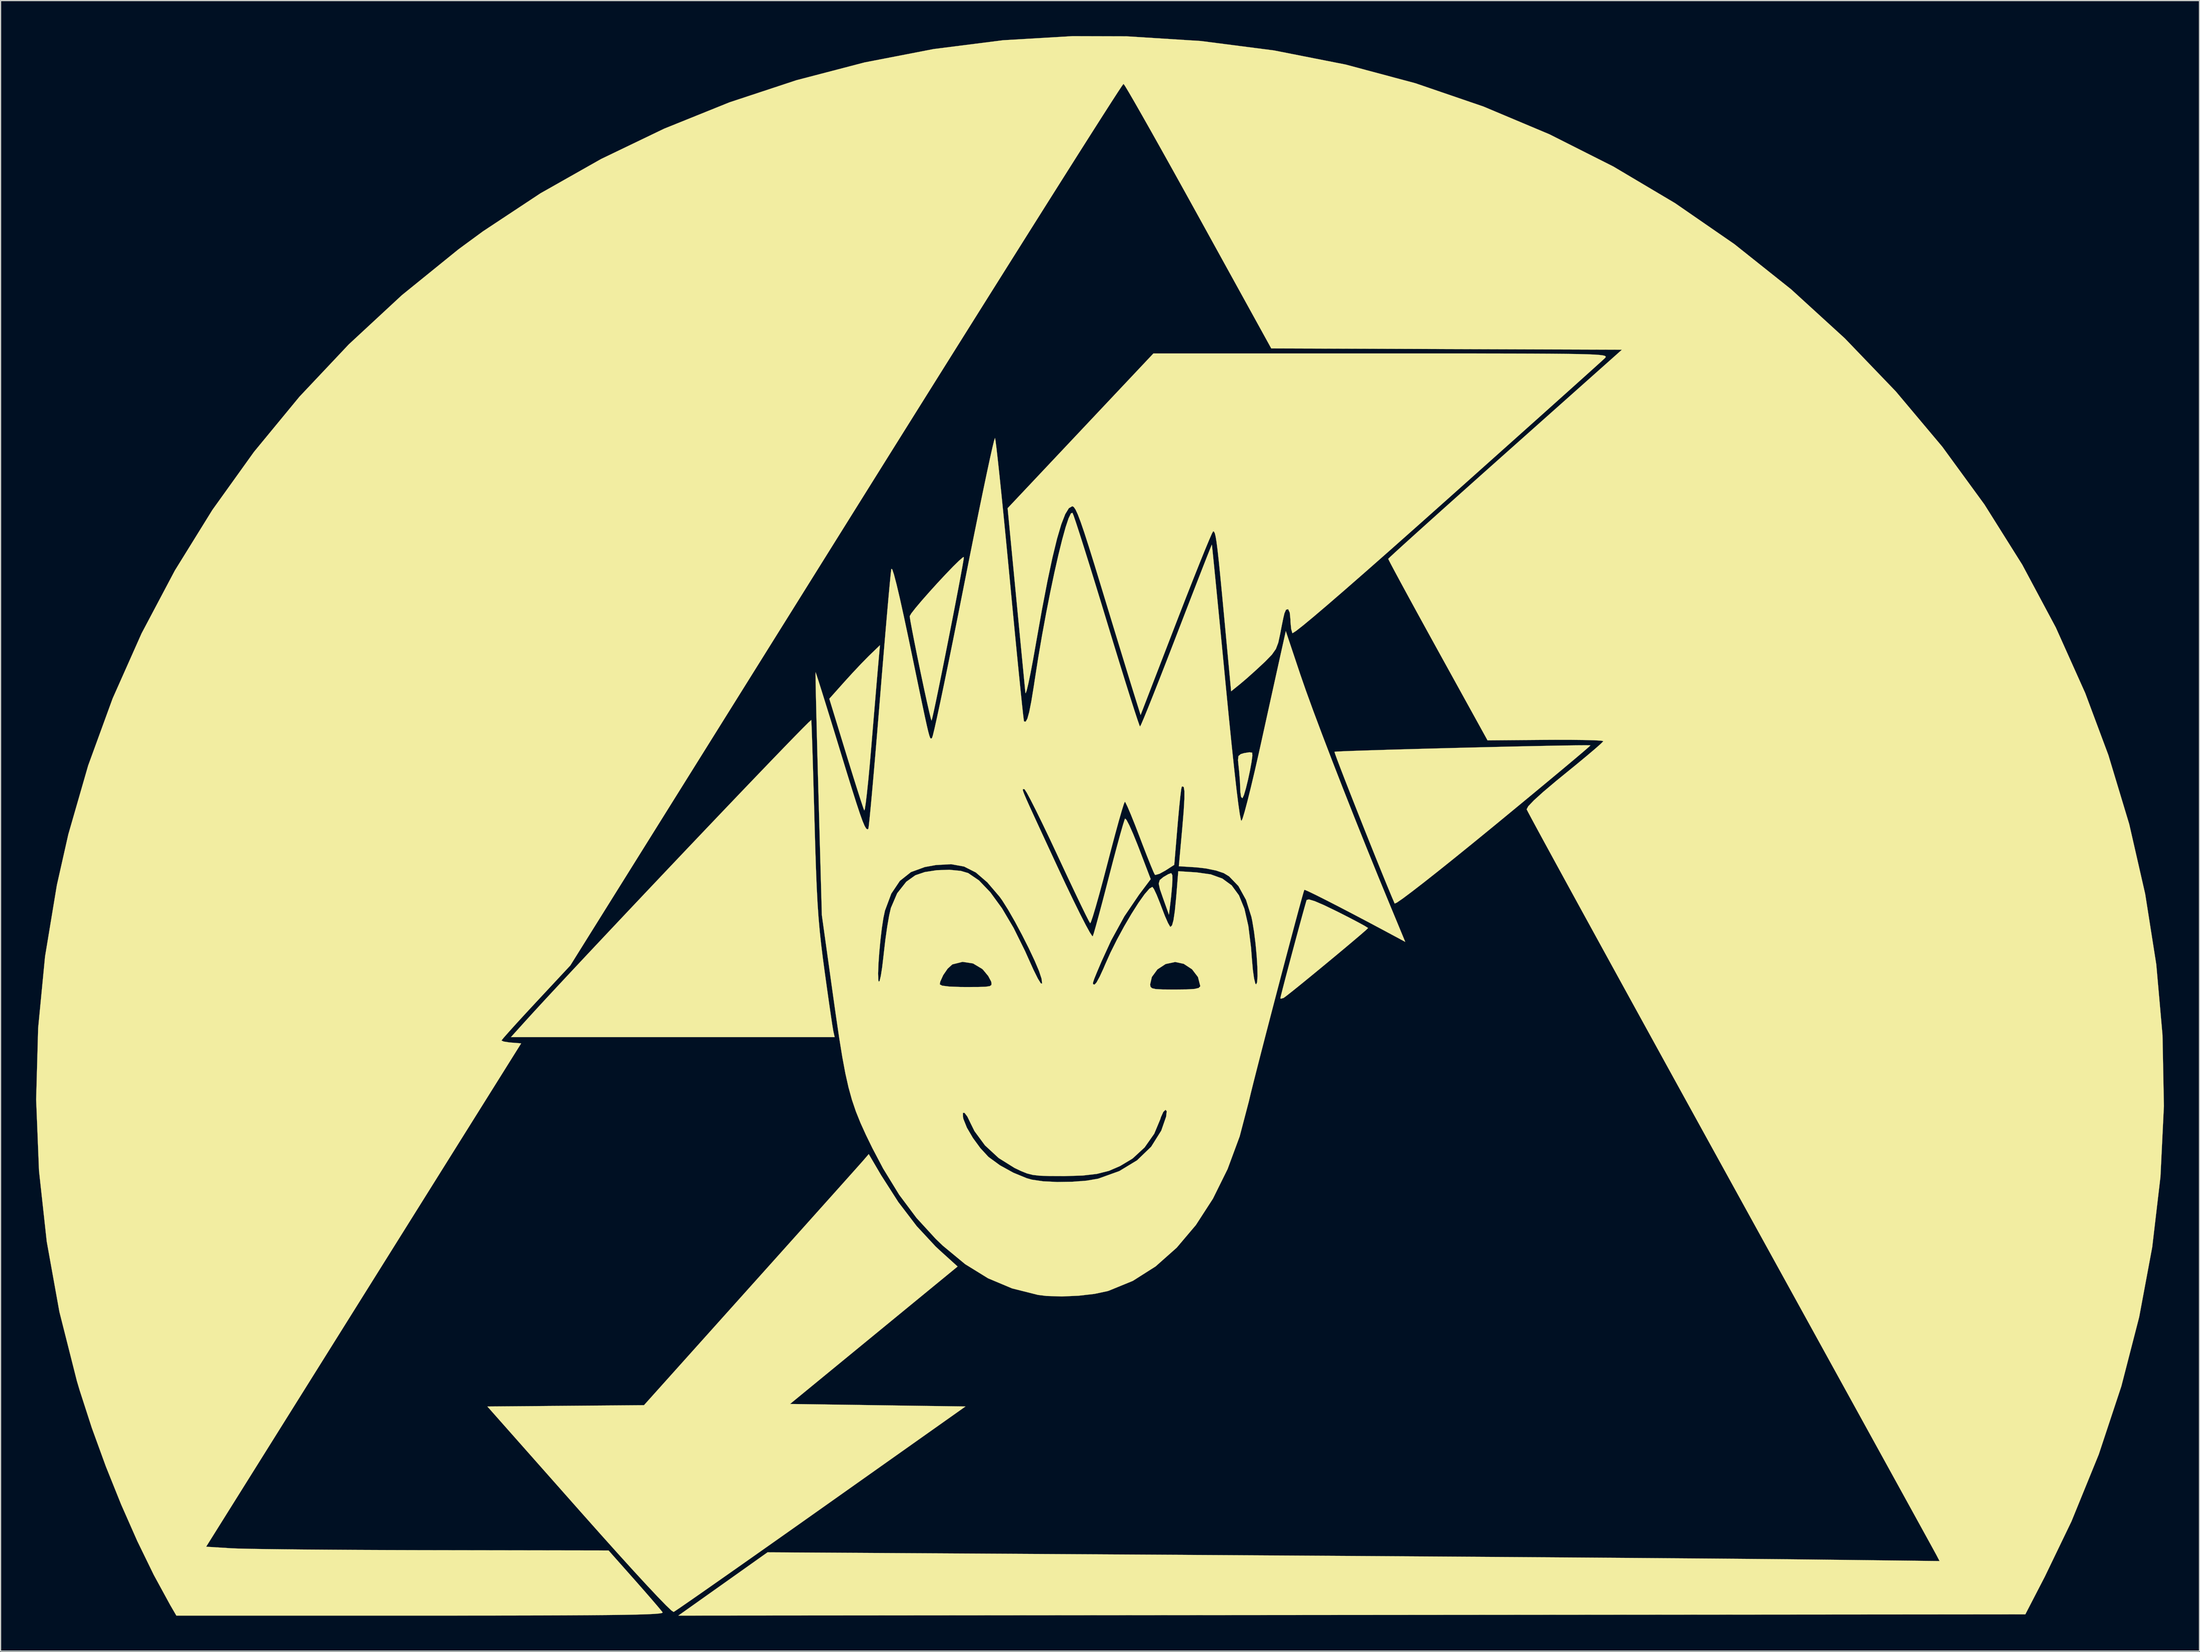
<source format=kicad_pcb>
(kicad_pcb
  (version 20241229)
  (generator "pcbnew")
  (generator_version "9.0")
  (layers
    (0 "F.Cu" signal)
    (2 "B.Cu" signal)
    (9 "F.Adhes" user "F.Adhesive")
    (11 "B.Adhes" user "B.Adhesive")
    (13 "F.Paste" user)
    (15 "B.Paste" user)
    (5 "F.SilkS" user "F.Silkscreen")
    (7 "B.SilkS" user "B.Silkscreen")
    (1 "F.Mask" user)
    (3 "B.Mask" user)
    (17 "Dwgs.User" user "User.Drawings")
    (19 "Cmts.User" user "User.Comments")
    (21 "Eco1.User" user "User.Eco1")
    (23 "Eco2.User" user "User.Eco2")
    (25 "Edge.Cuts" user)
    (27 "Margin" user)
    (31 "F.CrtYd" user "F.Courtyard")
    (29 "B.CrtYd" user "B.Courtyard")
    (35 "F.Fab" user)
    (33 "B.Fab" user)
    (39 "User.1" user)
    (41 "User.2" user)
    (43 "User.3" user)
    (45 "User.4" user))
  (footprint "logo"
    (layer "F.Cu")
    (at 89.919 88.844)
    (property "Reference" "logo" (at 0 0 0) (layer "F.SilkS") (effects (font (size 1.524 1.524) (thickness 0.3))))
    (attr through_hole)
    (fp_poly (pts (xy 6.113 -17.91) (xy 6.117 -17.523) (xy 6.078 -16.895) (xy 6.003 -16.092) (xy 5.959 -15.702) (xy 5.821 -14.577) (xy 5.317 -15.99) (xy 5.057 -16.743) (xy 4.958 -17.21) (xy 5.046 -17.511) (xy 5.349 -17.761) (xy 5.768 -18.006) (xy 6.018 -18.095) (xy 6.113 -17.91)) (stroke (width 0.01) (type solid)) (fill yes) (layer "F.SilkS"))
    (fp_poly (pts (xy 12.859 -28.275) (xy 12.873 -28.025) (xy 12.802 -27.482) (xy 12.67 -26.762) (xy 12.503 -25.981) (xy 12.325 -25.255) (xy 12.161 -24.7) (xy 12.037 -24.431) (xy 12.03 -24.426) (xy 11.918 -24.539) (xy 11.856 -24.955) (xy 11.851 -25.123) (xy 11.823 -25.837) (xy 11.755 -26.687) (xy 11.72 -27.011) (xy 11.657 -27.649) (xy 11.697 -27.989) (xy 11.886 -28.153) (xy 12.17 -28.238) (xy 12.626 -28.31) (xy 12.859 -28.275)) (stroke (width 0.01) (type solid)) (fill yes) (layer "F.SilkS"))
    (fp_poly (pts (xy -18.744 -35.772) (xy -18.801 -35.118) (xy -18.886 -34.12) (xy -18.992 -32.858) (xy -19.114 -31.411) (xy -19.244 -29.856) (xy -19.341 -28.681) (xy -19.468 -27.22) (xy -19.59 -25.921) (xy -19.704 -24.836) (xy -19.802 -24.018) (xy -19.878 -23.519) (xy -19.927 -23.389) (xy -20.024 -23.645) (xy -20.224 -24.246) (xy -20.508 -25.131) (xy -20.858 -26.24) (xy -21.253 -27.513) (xy -21.469 -28.217) (xy -22.882 -32.833) (xy -21.619 -34.249) (xy -20.917 -35.02) (xy -20.195 -35.787) (xy -19.585 -36.409) (xy -19.479 -36.513) (xy -18.602 -37.359) (xy -18.744 -35.772)) (stroke (width 0.01) (type solid)) (fill yes) (layer "F.SilkS"))
    (fp_poly (pts (xy 18.145 -15.725) (xy 18.955 -15.376) (xy 20.103 -14.819) (xy 21.037 -14.345) (xy 21.816 -13.936) (xy 22.372 -13.631) (xy 22.636 -13.466) (xy 22.648 -13.451) (xy 22.494 -13.298) (xy 22.068 -12.926) (xy 21.428 -12.382) (xy 20.633 -11.713) (xy 19.738 -10.968) (xy 18.802 -10.193) (xy 17.883 -9.437) (xy 17.037 -8.746) (xy 16.322 -8.169) (xy 15.795 -7.753) (xy 15.514 -7.545) (xy 15.505 -7.539) (xy 15.271 -7.478) (xy 15.24 -7.527) (xy 15.292 -7.762) (xy 15.436 -8.33) (xy 15.65 -9.154) (xy 15.915 -10.158) (xy 16.21 -11.267) (xy 16.515 -12.403) (xy 16.809 -13.491) (xy 17.072 -14.455) (xy 17.284 -15.219) (xy 17.423 -15.706) (xy 17.461 -15.826) (xy 17.654 -15.873) (xy 18.145 -15.725)) (stroke (width 0.01) (type solid)) (fill yes) (layer "F.SilkS"))
    (fp_poly (pts (xy -11.534 -44.599) (xy -11.631 -44.029) (xy -11.789 -43.162) (xy -11.997 -42.058) (xy -12.243 -40.776) (xy -12.515 -39.376) (xy -12.802 -37.915) (xy -13.092 -36.454) (xy -13.373 -35.051) (xy -13.634 -33.766) (xy -13.863 -32.657) (xy -14.049 -31.785) (xy -14.179 -31.208) (xy -14.241 -30.985) (xy -14.241 -30.985) (xy -14.301 -31.162) (xy -14.432 -31.695) (xy -14.621 -32.522) (xy -14.854 -33.584) (xy -15.116 -34.822) (xy -15.196 -35.203) (xy -15.465 -36.51) (xy -15.701 -37.688) (xy -15.891 -38.669) (xy -16.024 -39.387) (xy -16.084 -39.775) (xy -16.087 -39.811) (xy -15.954 -40.045) (xy -15.594 -40.507) (xy -15.065 -41.133) (xy -14.425 -41.86) (xy -13.733 -42.624) (xy -13.045 -43.361) (xy -12.422 -44.008) (xy -11.919 -44.502) (xy -11.597 -44.779) (xy -11.511 -44.813) (xy -11.534 -44.599)) (stroke (width 0.01) (type solid)) (fill yes) (layer "F.SilkS"))
    (fp_poly (pts (xy -18.508 7.431) (xy -17.047 9.712) (xy -15.492 11.748) (xy -13.903 13.459) (xy -13.525 13.812) (xy -12.038 15.156) (xy -26.201 26.776) (xy -18.788 26.882) (xy -11.376 26.988) (xy -23.572 35.619) (xy -25.598 37.052) (xy -27.527 38.413) (xy -29.33 39.683) (xy -30.978 40.842) (xy -32.444 41.87) (xy -33.699 42.748) (xy -34.714 43.454) (xy -35.462 43.97) (xy -35.914 44.276) (xy -36.041 44.355) (xy -36.237 44.221) (xy -36.692 43.787) (xy -37.388 43.071) (xy -38.306 42.093) (xy -39.429 40.873) (xy -40.739 39.429) (xy -42.217 37.782) (xy -43.846 35.951) (xy -44.047 35.724) (xy -51.78 26.988) (xy -45.161 26.932) (xy -38.543 26.876) (xy -29.505 16.799) (xy -27.919 15.031) (xy -26.408 13.345) (xy -24.996 11.769) (xy -23.71 10.332) (xy -22.573 9.063) (xy -21.612 7.988) (xy -20.852 7.138) (xy -20.318 6.539) (xy -20.035 6.22) (xy -20.008 6.188) (xy -19.549 5.655) (xy -18.508 7.431)) (stroke (width 0.01) (type solid)) (fill yes) (layer "F.SilkS"))
    (fp_poly (pts (xy -24.389 -30.776) (xy -24.364 -30.142) (xy -24.331 -29.18) (xy -24.291 -27.936) (xy -24.246 -26.459) (xy -24.198 -24.795) (xy -24.147 -22.991) (xy -24.137 -22.607) (xy -24.073 -20.378) (xy -24.011 -18.505) (xy -23.947 -16.916) (xy -23.875 -15.545) (xy -23.791 -14.322) (xy -23.69 -13.179) (xy -23.568 -12.046) (xy -23.421 -10.855) (xy -23.279 -9.801) (xy -23.088 -8.424) (xy -22.91 -7.167) (xy -22.755 -6.098) (xy -22.633 -5.285) (xy -22.553 -4.797) (xy -22.537 -4.71) (xy -22.429 -4.233) (xy -49.789 -4.233) (xy -48.548 -5.607) (xy -47.807 -6.42) (xy -46.864 -7.443) (xy -45.744 -8.648) (xy -44.473 -10.009) (xy -43.076 -11.5) (xy -41.578 -13.092) (xy -40.006 -14.76) (xy -38.385 -16.476) (xy -36.741 -18.213) (xy -35.099 -19.945) (xy -33.484 -21.644) (xy -31.922 -23.284) (xy -30.44 -24.837) (xy -29.061 -26.277) (xy -27.813 -27.577) (xy -26.72 -28.71) (xy -25.808 -29.649) (xy -25.103 -30.366) (xy -24.63 -30.836) (xy -24.414 -31.031) (xy -24.404 -31.034) (xy -24.389 -30.776)) (stroke (width 0.01) (type solid)) (fill yes) (layer "F.SilkS"))
    (fp_poly (pts (xy 41.405 -28.897) (xy 41.444 -28.892) (xy 41.298 -28.751) (xy 40.855 -28.367) (xy 40.146 -27.767) (xy 39.201 -26.974) (xy 38.05 -26.016) (xy 36.725 -24.916) (xy 35.256 -23.702) (xy 33.674 -22.398) (xy 33.258 -22.056) (xy 31.54 -20.651) (xy 29.962 -19.373) (xy 28.55 -18.242) (xy 27.33 -17.279) (xy 26.328 -16.505) (xy 25.572 -15.94) (xy 25.087 -15.606) (xy 24.899 -15.522) (xy 24.899 -15.523) (xy 24.634 -16.14) (xy 24.267 -17.024) (xy 23.82 -18.119) (xy 23.315 -19.367) (xy 22.774 -20.715) (xy 22.22 -22.105) (xy 21.675 -23.482) (xy 21.16 -24.79) (xy 20.697 -25.973) (xy 20.31 -26.976) (xy 20.02 -27.743) (xy 19.849 -28.217) (xy 19.813 -28.349) (xy 20.033 -28.37) (xy 20.628 -28.398) (xy 21.549 -28.433) (xy 22.746 -28.473) (xy 24.173 -28.517) (xy 25.779 -28.563) (xy 27.517 -28.611) (xy 29.337 -28.659) (xy 31.191 -28.706) (xy 33.03 -28.75) (xy 34.806 -28.792) (xy 36.47 -28.828) (xy 37.973 -28.858) (xy 39.267 -28.882) (xy 40.303 -28.897) (xy 41.032 -28.902) (xy 41.405 -28.897)) (stroke (width 0.01) (type solid)) (fill yes) (layer "F.SilkS"))
    (fp_poly (pts (xy 27.076 -62.018) (xy 29.969 -62.017) (xy 32.489 -62.016) (xy 34.66 -62.012) (xy 36.508 -62.006) (xy 38.058 -61.997) (xy 39.335 -61.985) (xy 40.364 -61.969) (xy 41.17 -61.949) (xy 41.779 -61.923) (xy 42.214 -61.892) (xy 42.502 -61.855) (xy 42.666 -61.811) (xy 42.734 -61.76) (xy 42.728 -61.701) (xy 42.675 -61.634) (xy 42.645 -61.604) (xy 42.425 -61.401) (xy 41.914 -60.939) (xy 41.136 -60.238) (xy 40.115 -59.321) (xy 38.876 -58.21) (xy 37.443 -56.926) (xy 35.84 -55.492) (xy 34.092 -53.929) (xy 32.224 -52.26) (xy 30.26 -50.505) (xy 29.317 -49.663) (xy 26.775 -47.398) (xy 24.492 -45.373) (xy 22.473 -43.594) (xy 20.725 -42.066) (xy 19.255 -40.794) (xy 18.069 -39.784) (xy 17.174 -39.042) (xy 16.576 -38.573) (xy 16.28 -38.383) (xy 16.25 -38.383) (xy 16.151 -38.737) (xy 16.095 -39.323) (xy 16.09 -39.529) (xy 16.032 -40.115) (xy 15.894 -40.407) (xy 15.718 -40.361) (xy 15.584 -40.058) (xy 15.49 -39.664) (xy 15.354 -39.004) (xy 15.222 -38.312) (xy 15.063 -37.573) (xy 14.86 -37.04) (xy 14.526 -36.564) (xy 13.978 -36) (xy 13.781 -35.812) (xy 13.081 -35.164) (xy 12.384 -34.541) (xy 11.839 -34.078) (xy 11.835 -34.076) (xy 11.077 -33.463) (xy 10.5 -39.645) (xy 10.315 -41.612) (xy 10.162 -43.198) (xy 10.037 -44.442) (xy 9.933 -45.385) (xy 9.846 -46.068) (xy 9.771 -46.529) (xy 9.703 -46.81) (xy 9.636 -46.95) (xy 9.565 -46.99) (xy 9.561 -46.99) (xy 9.456 -46.799) (xy 9.218 -46.255) (xy 8.862 -45.4) (xy 8.407 -44.276) (xy 7.869 -42.926) (xy 7.265 -41.392) (xy 6.613 -39.715) (xy 6.423 -39.224) (xy 3.427 -31.458) (xy 2.802 -33.456) (xy 2.586 -34.153) (xy 2.268 -35.188) (xy 1.867 -36.495) (xy 1.405 -38.006) (xy 0.901 -39.656) (xy 0.377 -41.376) (xy 0.102 -42.28) (xy -0.477 -44.175) (xy -0.952 -45.698) (xy -1.336 -46.888) (xy -1.642 -47.781) (xy -1.882 -48.413) (xy -2.07 -48.82) (xy -2.22 -49.039) (xy -2.343 -49.107) (xy -2.347 -49.107) (xy -2.635 -48.941) (xy -2.943 -48.436) (xy -3.275 -47.581) (xy -3.634 -46.364) (xy -4.022 -44.772) (xy -4.443 -42.796) (xy -4.9 -40.422) (xy -5.396 -37.64) (xy -5.44 -37.386) (xy -5.671 -36.083) (xy -5.881 -34.974) (xy -6.061 -34.107) (xy -6.2 -33.532) (xy -6.286 -33.298) (xy -6.309 -33.337) (xy -6.344 -33.692) (xy -6.414 -34.415) (xy -6.514 -35.454) (xy -6.64 -36.756) (xy -6.786 -38.268) (xy -6.946 -39.937) (xy -7.092 -41.456) (xy -7.812 -48.94) (xy -1.652 -55.479) (xy 4.508 -62.018) (xy 23.785 -62.018) (xy 27.076 -62.018)) (stroke (width 0.01) (type solid)) (fill yes) (layer "F.SilkS"))
    (fp_poly (pts (xy 2.223 -88.825) (xy 8.523 -88.428) (xy 14.703 -87.631) (xy 20.75 -86.439) (xy 26.653 -84.858) (xy 32.4 -82.89) (xy 37.98 -80.543) (xy 43.381 -77.819) (xy 48.592 -74.725) (xy 53.602 -71.265) (xy 58.399 -67.444) (xy 62.944 -63.293) (xy 67.25 -58.811) (xy 71.18 -54.134) (xy 74.741 -49.254) (xy 77.938 -44.163) (xy 80.775 -38.853) (xy 83.26 -33.313) (xy 85.215 -28.077) (xy 86.978 -22.237) (xy 88.327 -16.333) (xy 89.264 -10.381) (xy 89.791 -4.402) (xy 89.908 1.588) (xy 89.618 7.569) (xy 88.921 13.523) (xy 87.819 19.431) (xy 86.313 25.276) (xy 84.405 31.038) (xy 82.097 36.7) (xy 79.84 41.381) (xy 78.198 44.556) (xy -35.64 44.662) (xy -31.871 41.988) (xy -28.103 39.314) (xy 10.343 39.551) (xy 14.54 39.578) (xy 18.737 39.605) (xy 22.905 39.632) (xy 27.012 39.66) (xy 31.029 39.688) (xy 34.927 39.715) (xy 38.675 39.742) (xy 42.244 39.769) (xy 45.603 39.794) (xy 48.723 39.819) (xy 51.573 39.842) (xy 54.124 39.864) (xy 56.346 39.884) (xy 58.209 39.902) (xy 59.683 39.918) (xy 59.869 39.92) (xy 70.948 40.052) (xy 70.687 39.552) (xy 70.558 39.315) (xy 70.236 38.727) (xy 69.73 37.807) (xy 69.053 36.576) (xy 68.214 35.051) (xy 67.225 33.254) (xy 66.096 31.204) (xy 64.838 28.92) (xy 63.462 26.422) (xy 61.978 23.729) (xy 60.398 20.861) (xy 58.732 17.837) (xy 56.991 14.678) (xy 55.185 11.402) (xy 53.327 8.03) (xy 53.279 7.943) (xy 51.421 4.572) (xy 49.619 1.299) (xy 47.882 -1.856) (xy 46.222 -4.875) (xy 44.649 -7.737) (xy 43.174 -10.423) (xy 41.807 -12.915) (xy 40.559 -15.191) (xy 39.441 -17.234) (xy 38.464 -19.023) (xy 37.637 -20.539) (xy 36.972 -21.763) (xy 36.479 -22.676) (xy 36.169 -23.257) (xy 36.052 -23.488) (xy 36.052 -23.489) (xy 36.189 -23.748) (xy 36.658 -24.241) (xy 37.447 -24.956) (xy 38.543 -25.882) (xy 39.249 -26.458) (xy 40.251 -27.274) (xy 41.129 -28.002) (xy 41.835 -28.6) (xy 42.319 -29.027) (xy 42.53 -29.239) (xy 42.535 -29.251) (xy 42.336 -29.291) (xy 41.773 -29.323) (xy 40.903 -29.346) (xy 39.787 -29.359) (xy 38.482 -29.361) (xy 37.646 -29.357) (xy 32.747 -29.316) (xy 28.544 -36.932) (xy 27.639 -38.576) (xy 26.801 -40.103) (xy 26.052 -41.475) (xy 25.414 -42.65) (xy 24.907 -43.592) (xy 24.553 -44.258) (xy 24.373 -44.612) (xy 24.355 -44.658) (xy 24.511 -44.814) (xy 24.957 -45.227) (xy 25.666 -45.873) (xy 26.61 -46.727) (xy 27.764 -47.766) (xy 29.099 -48.965) (xy 30.59 -50.299) (xy 32.209 -51.746) (xy 33.93 -53.279) (xy 34.236 -53.552) (xy 44.104 -62.336) (xy 29.286 -62.39) (xy 14.468 -62.445) (xy 8.318 -73.6) (xy 7.213 -75.599) (xy 6.167 -77.484) (xy 5.196 -79.224) (xy 4.319 -80.787) (xy 3.554 -82.139) (xy 2.92 -83.25) (xy 2.435 -84.086) (xy 2.117 -84.615) (xy 1.983 -84.806) (xy 1.983 -84.806) (xy 1.855 -84.634) (xy 1.513 -84.119) (xy 0.969 -83.279) (xy 0.232 -82.129) (xy -0.687 -80.687) (xy -1.778 -78.969) (xy -3.029 -76.991) (xy -4.431 -74.771) (xy -5.972 -72.325) (xy -7.643 -69.669) (xy -9.433 -66.821) (xy -11.331 -63.797) (xy -13.327 -60.614) (xy -15.41 -57.288) (xy -17.571 -53.836) (xy -19.797 -50.274) (xy -21.484 -47.574) (xy -44.767 -10.293) (xy -47.678 -7.17) (xy -48.561 -6.218) (xy -49.336 -5.373) (xy -49.96 -4.681) (xy -50.39 -4.193) (xy -50.582 -3.955) (xy -50.588 -3.941) (xy -50.401 -3.859) (xy -49.933 -3.786) (xy -49.756 -3.769) (xy -48.923 -3.704) (xy -62.235 17.568) (xy -75.547 38.841) (xy -73.386 38.974) (xy -72.809 38.996) (xy -71.849 39.019) (xy -70.547 39.04) (xy -68.944 39.06) (xy -67.081 39.079) (xy -64.998 39.095) (xy -62.736 39.11) (xy -60.335 39.121) (xy -57.837 39.129) (xy -56.381 39.132) (xy -41.537 39.158) (xy -39.332 41.645) (xy -38.564 42.517) (xy -37.891 43.29) (xy -37.366 43.904) (xy -37.041 44.296) (xy -36.966 44.397) (xy -37.014 44.442) (xy -37.23 44.482) (xy -37.635 44.518) (xy -38.25 44.548) (xy -39.096 44.575) (xy -40.194 44.597) (xy -41.564 44.615) (xy -43.228 44.63) (xy -45.206 44.642) (xy -47.52 44.651) (xy -50.19 44.657) (xy -53.238 44.66) (xy -56.683 44.662) (xy -57.435 44.662) (xy -78.065 44.662) (xy -78.589 43.762) (xy -79.973 41.224) (xy -81.367 38.363) (xy -82.731 35.273) (xy -84.025 32.052) (xy -85.21 28.796) (xy -86.244 25.6) (xy -86.472 24.83) (xy -87.95 18.983) (xy -89.017 13.056) (xy -89.672 7.069) (xy -89.914 1.043) (xy -89.744 -5.004) (xy -89.161 -11.05) (xy -88.164 -17.076) (xy -87.194 -21.377) (xy -85.518 -27.192) (xy -83.451 -32.858) (xy -81.004 -38.359) (xy -78.19 -43.677) (xy -75.02 -48.795) (xy -71.506 -53.698) (xy -67.658 -58.368) (xy -63.489 -62.789) (xy -59.009 -66.943) (xy -54.231 -70.815) (xy -52.156 -72.339) (xy -47.29 -75.557) (xy -42.171 -78.454) (xy -36.836 -81.02) (xy -31.322 -83.244) (xy -25.664 -85.114) (xy -19.899 -86.619) (xy -14.064 -87.749) (xy -8.194 -88.493) (xy -2.328 -88.839) (xy 2.223 -88.825)) (stroke (width 0.01) (type solid)) (fill yes) (layer "F.SilkS"))
    (fp_poly (pts (xy -8.879 -54.872) (xy -8.834 -54.638) (xy -8.755 -54.021) (xy -8.646 -53.059) (xy -8.509 -51.79) (xy -8.349 -50.252) (xy -8.171 -48.485) (xy -7.978 -46.526) (xy -7.774 -44.413) (xy -7.626 -42.862) (xy -7.418 -40.668) (xy -7.22 -38.601) (xy -7.035 -36.702) (xy -6.867 -35.007) (xy -6.72 -33.554) (xy -6.599 -32.382) (xy -6.506 -31.529) (xy -6.446 -31.033) (xy -6.426 -30.917) (xy -6.287 -30.893) (xy -6.143 -31.149) (xy -5.985 -31.719) (xy -5.805 -32.635) (xy -5.594 -33.93) (xy -5.524 -34.396) (xy -5.228 -36.285) (xy -4.904 -38.182) (xy -4.561 -40.046) (xy -4.21 -41.831) (xy -3.86 -43.496) (xy -3.52 -44.997) (xy -3.2 -46.291) (xy -2.911 -47.335) (xy -2.661 -48.085) (xy -2.461 -48.499) (xy -2.333 -48.55) (xy -2.236 -48.315) (xy -2.032 -47.716) (xy -1.732 -46.796) (xy -1.351 -45.597) (xy -0.9 -44.159) (xy -0.395 -42.527) (xy 0.153 -40.741) (xy 0.554 -39.423) (xy 1.12 -37.563) (xy 1.652 -35.834) (xy 2.135 -34.276) (xy 2.558 -32.932) (xy 2.907 -31.841) (xy 3.169 -31.044) (xy 3.331 -30.583) (xy 3.379 -30.481) (xy 3.477 -30.672) (xy 3.71 -31.217) (xy 4.059 -32.071) (xy 4.508 -33.194) (xy 5.041 -34.543) (xy 5.639 -36.075) (xy 6.287 -37.749) (xy 6.456 -38.187) (xy 7.111 -39.887) (xy 7.717 -41.455) (xy 8.258 -42.849) (xy 8.717 -44.028) (xy 9.079 -44.949) (xy 9.326 -45.569) (xy 9.442 -45.847) (xy 9.449 -45.858) (xy 9.474 -45.648) (xy 9.536 -45.054) (xy 9.63 -44.114) (xy 9.754 -42.868) (xy 9.903 -41.351) (xy 10.074 -39.604) (xy 10.263 -37.663) (xy 10.466 -35.566) (xy 10.604 -34.128) (xy 10.874 -31.365) (xy 11.118 -28.957) (xy 11.335 -26.915) (xy 11.522 -25.247) (xy 11.681 -23.965) (xy 11.808 -23.078) (xy 11.903 -22.595) (xy 11.951 -22.504) (xy 12.049 -22.721) (xy 12.223 -23.302) (xy 12.46 -24.194) (xy 12.746 -25.348) (xy 13.07 -26.713) (xy 13.417 -28.237) (xy 13.567 -28.91) (xy 13.935 -30.581) (xy 14.292 -32.2) (xy 14.623 -33.698) (xy 14.912 -35.007) (xy 15.144 -36.057) (xy 15.304 -36.779) (xy 15.33 -36.896) (xy 15.698 -38.55) (xy 16.924 -34.885) (xy 17.4 -33.516) (xy 18.019 -31.813) (xy 18.762 -29.832) (xy 19.605 -27.626) (xy 20.529 -25.253) (xy 21.51 -22.768) (xy 22.528 -20.226) (xy 23.561 -17.681) (xy 24.413 -15.613) (xy 25.793 -12.282) (xy 24.274 -13.098) (xy 22.835 -13.866) (xy 21.463 -14.589) (xy 20.206 -15.244) (xy 19.113 -15.805) (xy 18.23 -16.249) (xy 17.608 -16.549) (xy 17.293 -16.682) (xy 17.265 -16.685) (xy 17.191 -16.458) (xy 17.026 -15.873) (xy 16.781 -14.98) (xy 16.472 -13.831) (xy 16.111 -12.477) (xy 15.711 -10.97) (xy 15.286 -9.36) (xy 14.851 -7.698) (xy 14.417 -6.037) (xy 13.998 -4.427) (xy 13.609 -2.92) (xy 13.262 -1.566) (xy 12.97 -0.417) (xy 12.748 0.475) (xy 12.608 1.06) (xy 12.585 1.164) (xy 11.8 4.159) (xy 10.778 6.922) (xy 9.538 9.428) (xy 8.099 11.651) (xy 6.479 13.565) (xy 4.697 15.147) (xy 2.772 16.37) (xy 0.723 17.209) (xy 0.635 17.236) (xy -0.474 17.472) (xy -1.823 17.626) (xy -3.235 17.687) (xy -4.533 17.646) (xy -5.241 17.559) (xy -7.437 17.007) (xy -9.468 16.153) (xy -11.398 14.961) (xy -13.293 13.394) (xy -13.892 12.818) (xy -15.514 11.048) (xy -16.975 9.094) (xy -18.338 6.868) (xy -19.238 5.158) (xy -19.787 4.033) (xy -20.247 3.019) (xy -20.589 2.167) (xy -11.591 2.167) (xy -11.587 2.499) (xy -11.544 2.699) (xy -11.252 3.426) (xy -10.744 4.292) (xy -10.116 5.15) (xy -9.466 5.855) (xy -9.393 5.921) (xy -8.46 6.602) (xy -7.33 7.226) (xy -6.202 7.69) (xy -5.769 7.814) (xy -4.824 7.953) (xy -3.628 8.012) (xy -2.344 7.993) (xy -1.137 7.9) (xy -0.169 7.733) (xy -0.147 7.728) (xy 1.628 7.089) (xy 3.126 6.181) (xy 4.317 5.033) (xy 5.172 3.671) (xy 5.583 2.487) (xy 5.635 2.033) (xy 5.534 1.909) (xy 5.347 2.086) (xy 5.144 2.533) (xy 5.093 2.702) (xy 4.579 3.934) (xy 3.767 5.089) (xy 2.777 6.005) (xy 2.654 6.089) (xy 1.689 6.666) (xy 0.752 7.071) (xy -0.266 7.329) (xy -1.473 7.468) (xy -2.977 7.514) (xy -3.179 7.514) (xy -4.295 7.509) (xy -5.097 7.482) (xy -5.692 7.414) (xy -6.189 7.286) (xy -6.697 7.08) (xy -7.24 6.82) (xy -8.569 5.988) (xy -9.726 4.919) (xy -10.612 3.716) (xy -10.932 3.071) (xy -11.218 2.48) (xy -11.453 2.169) (xy -11.591 2.167) (xy -20.589 2.167) (xy -20.636 2.052) (xy -20.968 1.072) (xy -21.259 0.017) (xy -21.527 -1.175) (xy -21.786 -2.565) (xy -22.053 -4.215) (xy -22.343 -6.187) (xy -22.538 -7.566) (xy -22.695 -8.689) (xy -13.547 -8.689) (xy -13.341 -8.581) (xy -12.745 -8.507) (xy -11.791 -8.47) (xy -11.31 -8.467) (xy -10.318 -8.47) (xy -9.679 -8.489) (xy -9.323 -8.542) (xy -9.178 -8.643) (xy -9.174 -8.809) (xy -9.21 -8.943) (xy -9.452 -9.398) (xy -9.875 -9.91) (xy -9.968 -10.001) (xy -10.734 -10.459) (xy -11.619 -10.595) (xy -12.464 -10.384) (xy -12.5 -10.365) (xy -12.88 -10.019) (xy -13.255 -9.473) (xy -13.506 -8.92) (xy -13.547 -8.689) (xy -22.695 -8.689) (xy -22.824 -9.616) (xy -18.759 -9.616) (xy -18.742 -9.071) (xy -18.71 -8.92) (xy -18.631 -8.978) (xy -18.529 -9.402) (xy -18.415 -10.136) (xy -18.298 -11.124) (xy -18.279 -11.301) (xy -18.146 -12.454) (xy -17.988 -13.566) (xy -17.825 -14.51) (xy -17.679 -15.15) (xy -17.148 -16.389) (xy -16.378 -17.365) (xy -15.613 -17.912) (xy -14.819 -18.183) (xy -13.806 -18.34) (xy -12.736 -18.376) (xy -11.768 -18.283) (xy -11.144 -18.098) (xy -10.235 -17.48) (xy -9.275 -16.477) (xy -8.29 -15.126) (xy -7.304 -13.459) (xy -6.339 -11.51) (xy -6.103 -10.981) (xy -5.618 -9.906) (xy -5.249 -9.166) (xy -5.006 -8.777) (xy -4.898 -8.751) (xy -4.933 -9.103) (xy -4.956 -9.207) (xy -5.157 -9.817) (xy -5.529 -10.694) (xy -6.025 -11.745) (xy -6.595 -12.874) (xy -7.191 -13.988) (xy -7.765 -14.991) (xy -8.269 -15.791) (xy -8.498 -16.109) (xy -9.528 -17.313) (xy -10.499 -18.149) (xy -11.493 -18.651) (xy -12.59 -18.849) (xy -13.873 -18.777) (xy -14.812 -18.608) (xy -15.982 -18.181) (xy -16.918 -17.439) (xy -17.644 -16.357) (xy -18.179 -14.922) (xy -18.312 -14.298) (xy -18.443 -13.435) (xy -18.561 -12.435) (xy -18.659 -11.399) (xy -18.728 -10.426) (xy -18.759 -9.616) (xy -22.824 -9.616) (xy -23.511 -14.534) (xy -23.798 -24.783) (xy -23.854 -26.822) (xy -23.905 -28.728) (xy -23.95 -30.46) (xy -23.987 -31.976) (xy -24.017 -33.237) (xy -24.037 -34.201) (xy -24.047 -34.827) (xy -24.045 -35.074) (xy -24.045 -35.076) (xy -23.976 -34.892) (xy -23.799 -34.351) (xy -23.529 -33.5) (xy -23.181 -32.386) (xy -22.769 -31.056) (xy -22.309 -29.559) (xy -22.022 -28.62) (xy -21.443 -26.728) (xy -20.971 -25.206) (xy -20.593 -24.016) (xy -20.297 -23.124) (xy -20.069 -22.491) (xy -19.896 -22.083) (xy -19.765 -21.863) (xy -19.663 -21.794) (xy -19.586 -21.831) (xy -19.548 -22.056) (xy -19.482 -22.663) (xy -19.389 -23.612) (xy -19.274 -24.863) (xy -19.249 -25.145) (xy -6.531 -25.145) (xy -6.5 -25.01) (xy -6.402 -24.753) (xy -6.223 -24.335) (xy -5.947 -23.718) (xy -5.557 -22.866) (xy -5.037 -21.739) (xy -4.372 -20.301) (xy -3.606 -18.648) (xy -2.901 -17.141) (xy -2.253 -15.79) (xy -1.684 -14.636) (xy -1.215 -13.721) (xy -0.867 -13.087) (xy -0.661 -12.774) (xy -0.616 -12.754) (xy -0.525 -13.027) (xy -0.347 -13.649) (xy -0.098 -14.559) (xy 0.206 -15.696) (xy 0.546 -16.997) (xy 0.748 -17.78) (xy 1.102 -19.141) (xy 1.428 -20.364) (xy 1.71 -21.391) (xy 1.931 -22.161) (xy 2.075 -22.615) (xy 2.116 -22.709) (xy 2.239 -22.586) (xy 2.476 -22.132) (xy 2.795 -21.414) (xy 3.166 -20.5) (xy 3.271 -20.23) (xy 4.281 -17.585) (xy 3.3 -16.278) (xy 2.055 -14.443) (xy 0.93 -12.389) (xy 0.119 -10.617) (xy -0.256 -9.736) (xy -0.486 -9.173) (xy -0.592 -8.856) (xy -0.595 -8.716) (xy -0.516 -8.68) (xy -0.453 -8.678) (xy -0.441 -8.692) (xy 4.233 -8.692) (xy 4.26 -8.493) (xy 4.389 -8.366) (xy 4.699 -8.295) (xy 5.267 -8.263) (xy 6.168 -8.255) (xy 6.35 -8.255) (xy 7.343 -8.266) (xy 7.98 -8.306) (xy 8.33 -8.386) (xy 8.46 -8.513) (xy 8.467 -8.563) (xy 8.274 -9.311) (xy 7.771 -9.968) (xy 7.07 -10.428) (xy 6.35 -10.583) (xy 5.54 -10.41) (xy 4.847 -9.955) (xy 4.377 -9.314) (xy 4.233 -8.692) (xy -0.441 -8.692) (xy -0.294 -8.86) (xy -0.03 -9.345) (xy 0.291 -10.042) (xy 0.408 -10.319) (xy 0.877 -11.37) (xy 1.435 -12.486) (xy 2.041 -13.603) (xy 2.658 -14.656) (xy 3.244 -15.58) (xy 3.762 -16.31) (xy 4.172 -16.782) (xy 4.42 -16.933) (xy 4.555 -16.749) (xy 4.786 -16.256) (xy 5.072 -15.546) (xy 5.186 -15.24) (xy 5.481 -14.473) (xy 5.738 -13.887) (xy 5.916 -13.575) (xy 5.953 -13.547) (xy 6.086 -13.684) (xy 6.206 -14.123) (xy 6.32 -14.898) (xy 6.433 -16.048) (xy 6.469 -16.483) (xy 6.61 -18.256) (xy 8.15 -18.157) (xy 9.353 -17.99) (xy 10.337 -17.635) (xy 11.125 -17.056) (xy 11.738 -16.219) (xy 12.2 -15.087) (xy 12.533 -13.625) (xy 12.76 -11.798) (xy 12.835 -10.817) (xy 12.914 -9.911) (xy 13.014 -9.199) (xy 13.12 -8.768) (xy 13.187 -8.678) (xy 13.275 -8.874) (xy 13.308 -9.402) (xy 13.293 -10.178) (xy 13.235 -11.115) (xy 13.141 -12.127) (xy 13.016 -13.13) (xy 12.866 -14.036) (xy 12.792 -14.393) (xy 12.333 -15.841) (xy 11.694 -17) (xy 10.905 -17.821) (xy 10.453 -18.095) (xy 9.805 -18.313) (xy 8.935 -18.491) (xy 8.145 -18.581) (xy 6.658 -18.676) (xy 6.952 -21.943) (xy 7.068 -23.348) (xy 7.127 -24.366) (xy 7.129 -25.03) (xy 7.073 -25.374) (xy 6.958 -25.43) (xy 6.899 -25.382) (xy 6.853 -25.152) (xy 6.782 -24.574) (xy 6.694 -23.723) (xy 6.596 -22.674) (xy 6.542 -22.044) (xy 6.271 -18.794) (xy 5.517 -18.309) (xy 5.026 -18.04) (xy 4.69 -17.942) (xy 4.631 -17.961) (xy 4.514 -18.197) (xy 4.279 -18.758) (xy 3.954 -19.571) (xy 3.569 -20.564) (xy 3.361 -21.113) (xy 2.959 -22.157) (xy 2.603 -23.044) (xy 2.32 -23.707) (xy 2.14 -24.076) (xy 2.096 -24.13) (xy 2.011 -23.934) (xy 1.838 -23.382) (xy 1.592 -22.529) (xy 1.29 -21.429) (xy 0.946 -20.138) (xy 0.637 -18.95) (xy 0.269 -17.546) (xy -0.07 -16.294) (xy -0.366 -15.245) (xy -0.603 -14.456) (xy -0.766 -13.978) (xy -0.834 -13.856) (xy -0.955 -14.063) (xy -1.23 -14.605) (xy -1.635 -15.435) (xy -2.146 -16.504) (xy -2.742 -17.763) (xy -3.397 -19.164) (xy -3.584 -19.565) (xy -4.253 -20.992) (xy -4.873 -22.286) (xy -5.418 -23.398) (xy -5.867 -24.282) (xy -6.193 -24.89) (xy -6.375 -25.174) (xy -6.396 -25.188) (xy -6.464 -25.196) (xy -6.514 -25.194) (xy -6.531 -25.145) (xy -19.249 -25.145) (xy -19.14 -26.374) (xy -18.991 -28.106) (xy -18.831 -30.018) (xy -18.663 -32.071) (xy -18.619 -32.611) (xy -18.449 -34.711) (xy -18.284 -36.694) (xy -18.13 -38.518) (xy -17.99 -40.142) (xy -17.868 -41.523) (xy -17.767 -42.618) (xy -17.691 -43.385) (xy -17.644 -43.782) (xy -17.638 -43.815) (xy -17.563 -43.77) (xy -17.415 -43.326) (xy -17.198 -42.497) (xy -16.916 -41.301) (xy -16.574 -39.754) (xy -16.173 -37.871) (xy -16.067 -37.359) (xy -15.646 -35.33) (xy -15.303 -33.678) (xy -15.028 -32.364) (xy -14.813 -31.351) (xy -14.648 -30.601) (xy -14.525 -30.076) (xy -14.434 -29.738) (xy -14.368 -29.55) (xy -14.315 -29.474) (xy -14.268 -29.471) (xy -14.218 -29.504) (xy -14.202 -29.515) (xy -14.13 -29.737) (xy -13.985 -30.338) (xy -13.774 -31.283) (xy -13.505 -32.536) (xy -13.186 -34.06) (xy -12.823 -35.82) (xy -12.425 -37.779) (xy -11.999 -39.902) (xy -11.552 -42.153) (xy -11.518 -42.327) (xy -11.071 -44.577) (xy -10.646 -46.694) (xy -10.25 -48.644) (xy -9.889 -50.392) (xy -9.572 -51.903) (xy -9.305 -53.141) (xy -9.096 -54.072) (xy -8.952 -54.661) (xy -8.881 -54.873) (xy -8.879 -54.872)) (stroke (width 0.01) (type solid)) (fill yes) (layer "F.SilkS")))
  (gr_rect
    (start -3 -3)
    (end 182.833 136.511)
    (stroke (width 0.1) (type default))
    (fill no)
    (layer "Edge.Cuts")))
</source>
